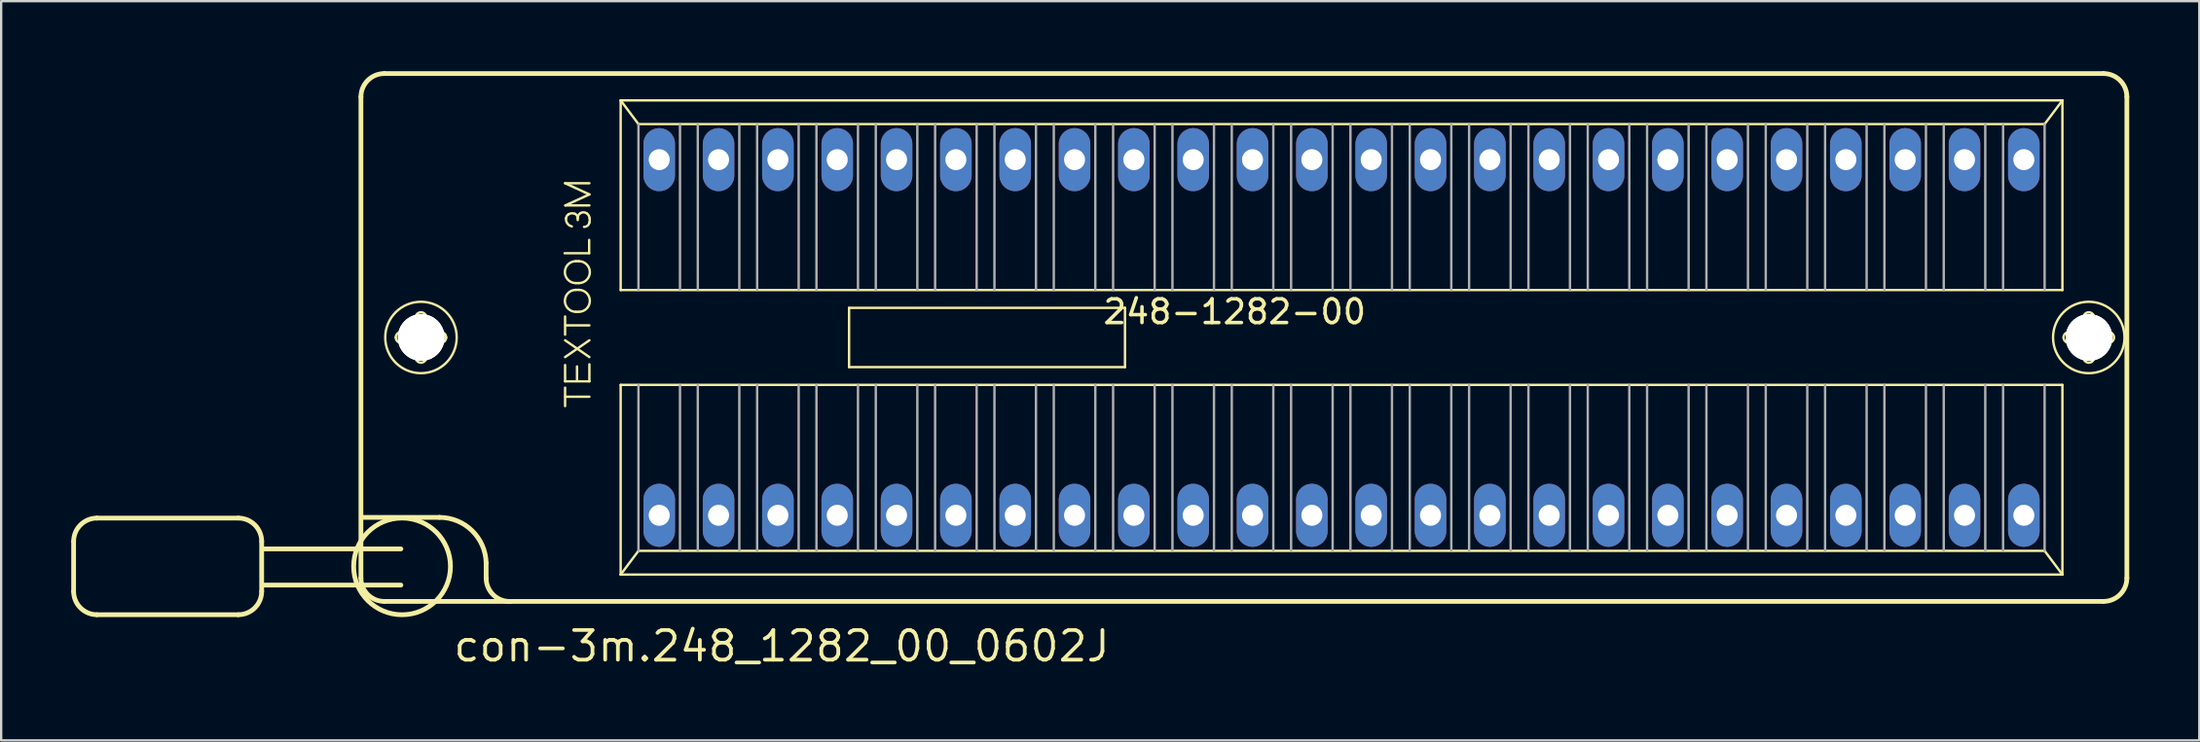
<source format=kicad_pcb>
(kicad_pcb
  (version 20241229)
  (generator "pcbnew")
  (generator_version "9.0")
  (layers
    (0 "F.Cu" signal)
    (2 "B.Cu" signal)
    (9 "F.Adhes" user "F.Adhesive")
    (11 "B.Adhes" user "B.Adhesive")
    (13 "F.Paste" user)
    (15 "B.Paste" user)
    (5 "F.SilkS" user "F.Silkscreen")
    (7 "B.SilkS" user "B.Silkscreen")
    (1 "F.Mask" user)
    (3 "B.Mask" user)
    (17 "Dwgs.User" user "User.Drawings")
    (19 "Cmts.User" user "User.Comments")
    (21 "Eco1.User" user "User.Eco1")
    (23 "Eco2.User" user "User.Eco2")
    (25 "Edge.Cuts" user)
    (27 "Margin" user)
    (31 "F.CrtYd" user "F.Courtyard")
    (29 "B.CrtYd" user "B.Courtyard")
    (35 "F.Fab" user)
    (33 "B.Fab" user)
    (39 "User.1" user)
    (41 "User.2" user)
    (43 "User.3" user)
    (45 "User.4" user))
  (footprint "con-3m.248_1282_00_0602J"
    (layer "F.Cu")
    (at 54.382 11.412)
    (property "Reference" "con-3m.248_1282_00_0602J" (at -38.1 13.97 0) (layer "F.SilkS") (effects (font (size 1.27 1.27) (thickness 0.16)) (justify left bottom)))
    (attr through_hole)
    (fp_line (start -54.28 8.74) (end -54.28 10.88) (stroke (width 0.203) (type default)) (layer "F.SilkS"))
    (fp_line (start -53.28 7.74) (end -47.23 7.74) (stroke (width 0.203) (type default)) (layer "F.SilkS"))
    (fp_line (start -47.23 11.88) (end -53.28 11.88) (stroke (width 0.203) (type default)) (layer "F.SilkS"))
    (fp_line (start -46.23 8.74) (end -46.23 10.88) (stroke (width 0.203) (type default)) (layer "F.SilkS"))
    (fp_line (start -41.98 10.31) (end -41.98 -10.31) (stroke (width 0.203) (type default)) (layer "F.SilkS"))
    (fp_line (start -41.87 7.71) (end -38.62 7.71) (stroke (width 0.203) (type default)) (layer "F.SilkS"))
    (fp_line (start -40.98 -11.31) (end 32.62 -11.31) (stroke (width 0.203) (type default)) (layer "F.SilkS"))
    (fp_line (start -40.27 9.06) (end -46.18 9.06) (stroke (width 0.203) (type default)) (layer "F.SilkS"))
    (fp_line (start -40.27 10.61) (end -46.18 10.61) (stroke (width 0.203) (type default)) (layer "F.SilkS"))
    (fp_line (start -40.26 -0.23) (end -39.71 -0.23) (stroke (width 0.102) (type default)) (layer "F.SilkS"))
    (fp_line (start -39.72 0.23) (end -40.26 0.23) (stroke (width 0.102) (type default)) (layer "F.SilkS"))
    (fp_line (start -39.64 -0.31) (end -39.64 -0.85) (stroke (width 0.102) (type default)) (layer "F.SilkS"))
    (fp_line (start -39.64 0.85) (end -39.64 0.3) (stroke (width 0.102) (type default)) (layer "F.SilkS"))
    (fp_line (start -39.18 -0.85) (end -39.18 -0.3) (stroke (width 0.102) (type default)) (layer "F.SilkS"))
    (fp_line (start -39.18 0.31) (end -39.18 0.85) (stroke (width 0.102) (type default)) (layer "F.SilkS"))
    (fp_line (start -39.1 -0.23) (end -38.56 -0.23) (stroke (width 0.102) (type default)) (layer "F.SilkS"))
    (fp_line (start -38.56 0.23) (end -39.11 0.23) (stroke (width 0.102) (type default)) (layer "F.SilkS"))
    (fp_line (start -36.62 9.66) (end -36.62 10.31) (stroke (width 0.203) (type default)) (layer "F.SilkS"))
    (fp_line (start -33.26 -3.61) (end -32.21 -3.61) (stroke (width 0.102) (type default)) (layer "F.SilkS"))
    (fp_line (start -33.24 -6.61) (end -32.2 -6.61) (stroke (width 0.102) (type default)) (layer "F.SilkS"))
    (fp_line (start -33.24 -0.12) (end -33.24 -0.9) (stroke (width 0.102) (type default)) (layer "F.SilkS"))
    (fp_line (start -33.24 0.12) (end -32.2 0.84) (stroke (width 0.102) (type default)) (layer "F.SilkS"))
    (fp_line (start -33.24 0.84) (end -32.2 0.12) (stroke (width 0.102) (type default)) (layer "F.SilkS"))
    (fp_line (start -33.24 1.18) (end -33.24 1.88) (stroke (width 0.102) (type default)) (layer "F.SilkS"))
    (fp_line (start -33.24 1.88) (end -32.2 1.88) (stroke (width 0.102) (type default)) (layer "F.SilkS"))
    (fp_line (start -33.24 2.94) (end -33.24 2.15) (stroke (width 0.102) (type default)) (layer "F.SilkS"))
    (fp_line (start -33.23 -5.66) (end -32.2 -6.13) (stroke (width 0.102) (type default)) (layer "F.SilkS"))
    (fp_line (start -33.23 2.54) (end -32.2 2.54) (stroke (width 0.102) (type default)) (layer "F.SilkS"))
    (fp_line (start -33.22 -0.52) (end -32.2 -0.52) (stroke (width 0.102) (type default)) (layer "F.SilkS"))
    (fp_line (start -32.78 -3.27) (end -32.65 -3.27) (stroke (width 0.102) (type default)) (layer "F.SilkS"))
    (fp_line (start -32.78 -2.33) (end -32.65 -2.33) (stroke (width 0.102) (type default)) (layer "F.SilkS"))
    (fp_line (start -32.78 -2.04) (end -32.65 -2.04) (stroke (width 0.102) (type default)) (layer "F.SilkS"))
    (fp_line (start -32.78 -1.1) (end -32.65 -1.1) (stroke (width 0.102) (type default)) (layer "F.SilkS"))
    (fp_line (start -32.73 1.24) (end -32.73 1.84) (stroke (width 0.102) (type default)) (layer "F.SilkS"))
    (fp_line (start -32.7 -5.03) (end -32.7 -5.12) (stroke (width 0.102) (type default)) (layer "F.SilkS"))
    (fp_line (start -32.21 -3.61) (end -32.21 -4.18) (stroke (width 0.102) (type default)) (layer "F.SilkS"))
    (fp_line (start -32.2 -6.13) (end -33.24 -6.61) (stroke (width 0.102) (type default)) (layer "F.SilkS"))
    (fp_line (start -32.2 -5.66) (end -33.23 -5.66) (stroke (width 0.102) (type default)) (layer "F.SilkS"))
    (fp_line (start -32.2 1.88) (end -32.2 1.15) (stroke (width 0.102) (type default)) (layer "F.SilkS"))
    (fp_line (start -30.861 -10.16) (end 30.861 -10.16) (stroke (width 0.102) (type default)) (layer "F.SilkS"))
    (fp_line (start -30.861 -2.032) (end -30.861 -10.16) (stroke (width 0.102) (type default)) (layer "F.SilkS"))
    (fp_line (start -30.861 2.032) (end 30.861 2.032) (stroke (width 0.102) (type default)) (layer "F.SilkS"))
    (fp_line (start -30.861 10.16) (end -30.861 2.032) (stroke (width 0.102) (type default)) (layer "F.SilkS"))
    (fp_line (start -30.861 10.16) (end -30.099 9.144) (stroke (width 0.102) (type default)) (layer "F.SilkS"))
    (fp_line (start -30.099 -9.144) (end -30.861 -10.16) (stroke (width 0.102) (type default)) (layer "F.SilkS"))
    (fp_line (start -30.099 9.144) (end 30.099 9.144) (stroke (width 0.102) (type default)) (layer "F.SilkS"))
    (fp_line (start -21.082 -1.27) (end -9.271 -1.27) (stroke (width 0.102) (type default)) (layer "F.SilkS"))
    (fp_line (start -21.082 1.27) (end -21.082 -1.27) (stroke (width 0.102) (type default)) (layer "F.SilkS"))
    (fp_line (start -9.271 -1.27) (end -9.271 1.27) (stroke (width 0.102) (type default)) (layer "F.SilkS"))
    (fp_line (start -9.271 1.27) (end -21.082 1.27) (stroke (width 0.102) (type default)) (layer "F.SilkS"))
    (fp_line (start 30.099 -9.144) (end -30.099 -9.144) (stroke (width 0.102) (type default)) (layer "F.SilkS"))
    (fp_line (start 30.099 9.144) (end 30.861 10.16) (stroke (width 0.102) (type default)) (layer "F.SilkS"))
    (fp_line (start 30.861 -10.16) (end 30.099 -9.144) (stroke (width 0.102) (type default)) (layer "F.SilkS"))
    (fp_line (start 30.861 -10.16) (end 30.861 -2.032) (stroke (width 0.102) (type default)) (layer "F.SilkS"))
    (fp_line (start 30.861 -2.032) (end -30.861 -2.032) (stroke (width 0.102) (type default)) (layer "F.SilkS"))
    (fp_line (start 30.861 2.032) (end 30.861 10.16) (stroke (width 0.102) (type default)) (layer "F.SilkS"))
    (fp_line (start 30.861 10.16) (end -30.861 10.16) (stroke (width 0.102) (type default)) (layer "F.SilkS"))
    (fp_line (start 31.14 -0.23) (end 31.69 -0.23) (stroke (width 0.102) (type default)) (layer "F.SilkS"))
    (fp_line (start 31.68 0.23) (end 31.14 0.23) (stroke (width 0.102) (type default)) (layer "F.SilkS"))
    (fp_line (start 31.76 -0.31) (end 31.76 -0.85) (stroke (width 0.102) (type default)) (layer "F.SilkS"))
    (fp_line (start 31.76 0.85) (end 31.76 0.3) (stroke (width 0.102) (type default)) (layer "F.SilkS"))
    (fp_line (start 32.22 -0.85) (end 32.22 -0.3) (stroke (width 0.102) (type default)) (layer "F.SilkS"))
    (fp_line (start 32.22 0.31) (end 32.22 0.85) (stroke (width 0.102) (type default)) (layer "F.SilkS"))
    (fp_line (start 32.3 -0.23) (end 32.84 -0.23) (stroke (width 0.102) (type default)) (layer "F.SilkS"))
    (fp_line (start 32.62 11.31) (end -40.98 11.31) (stroke (width 0.203) (type default)) (layer "F.SilkS"))
    (fp_line (start 32.84 0.23) (end 32.29 0.23) (stroke (width 0.102) (type default)) (layer "F.SilkS"))
    (fp_line (start 33.62 -10.31) (end 33.62 10.31) (stroke (width 0.203) (type default)) (layer "F.SilkS"))
    (fp_arc (start -54.28 8.74) (mid -53.987107 8.032893) (end -53.28 7.74) (stroke (width 0.2032) (type default)) (layer "F.SilkS"))
    (fp_arc (start -53.28 11.88) (mid -53.987107 11.587107) (end -54.28 10.88) (stroke (width 0.2032) (type default)) (layer "F.SilkS"))
    (fp_arc (start -47.23 7.74) (mid -46.522893 8.032893) (end -46.23 8.74) (stroke (width 0.2032) (type default)) (layer "F.SilkS"))
    (fp_arc (start -46.23 10.88) (mid -46.522893 11.587107) (end -47.23 11.88) (stroke (width 0.2032) (type default)) (layer "F.SilkS"))
    (fp_arc (start -41.98 -10.31) (mid -41.687107 -11.017107) (end -40.98 -11.31) (stroke (width 0.2032) (type default)) (layer "F.SilkS"))
    (fp_arc (start -40.98 11.31) (mid -41.687107 11.017107) (end -41.98 10.31) (stroke (width 0.2032) (type default)) (layer "F.SilkS"))
    (fp_arc (start -40.49 0) (mid -40.422635 -0.162635) (end -40.26 -0.23) (stroke (width 0.1016) (type default)) (layer "F.SilkS"))
    (fp_arc (start -40.26 0.23) (mid -40.422635 0.162635) (end -40.49 0) (stroke (width 0.1016) (type default)) (layer "F.SilkS"))
    (fp_arc (start -39.72 0.23) (mid -39.670503 0.250503) (end -39.65 0.3) (stroke (width 0.1016) (type default)) (layer "F.SilkS"))
    (fp_arc (start -39.64 -0.85) (mid -39.572635 -1.012635) (end -39.41 -1.08) (stroke (width 0.1016) (type default)) (layer "F.SilkS"))
    (fp_arc (start -39.64 -0.3) (mid -39.660503 -0.250503) (end -39.71 -0.23) (stroke (width 0.1016) (type default)) (layer "F.SilkS"))
    (fp_arc (start -39.41 -1.08) (mid -39.247365 -1.012635) (end -39.18 -0.85) (stroke (width 0.1016) (type default)) (layer "F.SilkS"))
    (fp_arc (start -39.41 1.08) (mid -39.572635 1.012635) (end -39.64 0.85) (stroke (width 0.1016) (type default)) (layer "F.SilkS"))
    (fp_arc (start -39.18 0.3) (mid -39.159497 0.250503) (end -39.11 0.23) (stroke (width 0.1016) (type default)) (layer "F.SilkS"))
    (fp_arc (start -39.18 0.85) (mid -39.247365 1.012635) (end -39.41 1.08) (stroke (width 0.1016) (type default)) (layer "F.SilkS"))
    (fp_arc (start -39.11 -0.23) (mid -39.159497 -0.250503) (end -39.18 -0.3) (stroke (width 0.1016) (type default)) (layer "F.SilkS"))
    (fp_arc (start -38.62 7.71) (mid -37.223341 8.27817) (end -36.62 9.66) (stroke (width 0.2032) (type default)) (layer "F.SilkS"))
    (fp_arc (start -38.56 -0.23) (mid -38.397365 -0.162635) (end -38.33 0) (stroke (width 0.1016) (type default)) (layer "F.SilkS"))
    (fp_arc (start -38.33 0) (mid -38.397365 0.162635) (end -38.56 0.23) (stroke (width 0.1016) (type default)) (layer "F.SilkS"))
    (fp_arc (start -35.57 11.31) (mid -36.309286 11.035) (end -36.62 10.31) (stroke (width 0.2032) (type default)) (layer "F.SilkS"))
    (fp_arc (start -33.2 -5.11) (mid -33.164621 -5.207696) (end -33.09 -5.28) (stroke (width 0.1016) (type default)) (layer "F.SilkS"))
    (fp_arc (start -33.09 -5.28) (mid -32.957382 -5.322157) (end -32.82 -5.3) (stroke (width 0.1016) (type default)) (layer "F.SilkS"))
    (fp_arc (start -32.95 -4.76) (mid -33.14297 -4.88645) (end -33.2 -5.11) (stroke (width 0.1016) (type default)) (layer "F.SilkS"))
    (fp_arc (start -32.82 -5.3) (mid -32.73275 -5.228167) (end -32.7 -5.12) (stroke (width 0.1016) (type default)) (layer "F.SilkS"))
    (fp_arc (start -32.78 -2.33) (mid -33.25 -2.8) (end -32.78 -3.27) (stroke (width 0.1016) (type default)) (layer "F.SilkS"))
    (fp_arc (start -32.78 -1.1) (mid -33.25 -1.57) (end -32.78 -2.04) (stroke (width 0.1016) (type default)) (layer "F.SilkS"))
    (fp_arc (start -32.7 -5.12) (mid -32.667891 -5.240938) (end -32.58 -5.33) (stroke (width 0.1016) (type default)) (layer "F.SilkS"))
    (fp_arc (start -32.65 -3.27) (mid -32.18 -2.8) (end -32.65 -2.33) (stroke (width 0.1016) (type default)) (layer "F.SilkS"))
    (fp_arc (start -32.65 -2.04) (mid -32.18 -1.57) (end -32.65 -1.1) (stroke (width 0.1016) (type default)) (layer "F.SilkS"))
    (fp_arc (start -32.58 -5.33) (mid -32.436886 -5.363595) (end -32.3 -5.31) (stroke (width 0.1016) (type default)) (layer "F.SilkS"))
    (fp_arc (start -32.3 -5.31) (mid -32.225084 -5.220954) (end -32.19 -5.11) (stroke (width 0.1016) (type default)) (layer "F.SilkS"))
    (fp_arc (start -32.2 -4.92) (mid -32.282524 -4.788503) (end -32.43 -4.74) (stroke (width 0.1016) (type default)) (layer "F.SilkS"))
    (fp_arc (start -32.19 -5.11) (mid -32.187277 -5.014594) (end -32.2 -4.92) (stroke (width 0.1016) (type default)) (layer "F.SilkS"))
    (fp_arc (start 30.91 0) (mid 30.977365 -0.162635) (end 31.14 -0.23) (stroke (width 0.1016) (type default)) (layer "F.SilkS"))
    (fp_arc (start 31.14 0.23) (mid 30.977365 0.162635) (end 30.91 0) (stroke (width 0.1016) (type default)) (layer "F.SilkS"))
    (fp_arc (start 31.68 0.23) (mid 31.729497 0.250503) (end 31.75 0.3) (stroke (width 0.1016) (type default)) (layer "F.SilkS"))
    (fp_arc (start 31.76 -0.85) (mid 31.827365 -1.012635) (end 31.99 -1.08) (stroke (width 0.1016) (type default)) (layer "F.SilkS"))
    (fp_arc (start 31.76 -0.3) (mid 31.739497 -0.250503) (end 31.69 -0.23) (stroke (width 0.1016) (type default)) (layer "F.SilkS"))
    (fp_arc (start 31.99 -1.08) (mid 32.152635 -1.012635) (end 32.22 -0.85) (stroke (width 0.1016) (type default)) (layer "F.SilkS"))
    (fp_arc (start 31.99 1.08) (mid 31.827365 1.012635) (end 31.76 0.85) (stroke (width 0.1016) (type default)) (layer "F.SilkS"))
    (fp_arc (start 32.22 0.3) (mid 32.240503 0.250503) (end 32.29 0.23) (stroke (width 0.1016) (type default)) (layer "F.SilkS"))
    (fp_arc (start 32.22 0.85) (mid 32.152635 1.012635) (end 31.99 1.08) (stroke (width 0.1016) (type default)) (layer "F.SilkS"))
    (fp_arc (start 32.29 -0.23) (mid 32.240503 -0.250503) (end 32.22 -0.3) (stroke (width 0.1016) (type default)) (layer "F.SilkS"))
    (fp_arc (start 32.62 -11.31) (mid 33.327107 -11.017107) (end 33.62 -10.31) (stroke (width 0.2032) (type default)) (layer "F.SilkS"))
    (fp_arc (start 32.84 -0.23) (mid 33.002635 -0.162635) (end 33.07 0) (stroke (width 0.1016) (type default)) (layer "F.SilkS"))
    (fp_arc (start 33.07 0) (mid 33.002635 0.162635) (end 32.84 0.23) (stroke (width 0.1016) (type default)) (layer "F.SilkS"))
    (fp_arc (start 33.62 10.31) (mid 33.327107 11.017107) (end 32.62 11.31) (stroke (width 0.2032) (type default)) (layer "F.SilkS"))
    (fp_circle (center -40.22 9.81) (end -38.148 9.81) (stroke (width 0.203) (type default)) (fill no) (layer "F.SilkS"))
    (fp_circle (center -39.41 0) (end -37.88 0) (stroke (width 0.102) (type default)) (fill no) (layer "F.SilkS"))
    (fp_circle (center 31.99 0) (end 33.52 0) (stroke (width 0.102) (type default)) (fill no) (layer "F.SilkS"))
    (fp_line (start -30.099 -9.144) (end -30.099 -2.032) (stroke (width 0.102) (type default)) (layer "F.Fab"))
    (fp_line (start -30.099 2.032) (end -30.099 9.144) (stroke (width 0.102) (type default)) (layer "F.Fab"))
    (fp_line (start -28.321 -2.032) (end -28.321 -9.144) (stroke (width 0.102) (type default)) (layer "F.Fab"))
    (fp_line (start -28.321 2.032) (end -28.321 9.144) (stroke (width 0.102) (type default)) (layer "F.Fab"))
    (fp_line (start -27.559 -2.032) (end -27.559 -9.144) (stroke (width 0.102) (type default)) (layer "F.Fab"))
    (fp_line (start -27.559 2.032) (end -27.559 9.144) (stroke (width 0.102) (type default)) (layer "F.Fab"))
    (fp_line (start -25.781 -2.032) (end -25.781 -9.144) (stroke (width 0.102) (type default)) (layer "F.Fab"))
    (fp_line (start -25.781 2.032) (end -25.781 9.144) (stroke (width 0.102) (type default)) (layer "F.Fab"))
    (fp_line (start -25.019 -2.032) (end -25.019 -9.144) (stroke (width 0.102) (type default)) (layer "F.Fab"))
    (fp_line (start -25.019 2.032) (end -25.019 9.144) (stroke (width 0.102) (type default)) (layer "F.Fab"))
    (fp_line (start -23.241 -2.032) (end -23.241 -9.144) (stroke (width 0.102) (type default)) (layer "F.Fab"))
    (fp_line (start -23.241 2.032) (end -23.241 9.144) (stroke (width 0.102) (type default)) (layer "F.Fab"))
    (fp_line (start -22.479 -2.032) (end -22.479 -9.144) (stroke (width 0.102) (type default)) (layer "F.Fab"))
    (fp_line (start -22.479 2.032) (end -22.479 9.144) (stroke (width 0.102) (type default)) (layer "F.Fab"))
    (fp_line (start -20.701 -2.032) (end -20.701 -9.144) (stroke (width 0.102) (type default)) (layer "F.Fab"))
    (fp_line (start -20.701 2.032) (end -20.701 9.144) (stroke (width 0.102) (type default)) (layer "F.Fab"))
    (fp_line (start -19.939 -2.032) (end -19.939 -9.144) (stroke (width 0.102) (type default)) (layer "F.Fab"))
    (fp_line (start -19.939 2.032) (end -19.939 9.144) (stroke (width 0.102) (type default)) (layer "F.Fab"))
    (fp_line (start -18.161 -2.032) (end -18.161 -9.144) (stroke (width 0.102) (type default)) (layer "F.Fab"))
    (fp_line (start -18.161 2.032) (end -18.161 9.144) (stroke (width 0.102) (type default)) (layer "F.Fab"))
    (fp_line (start -17.399 -2.032) (end -17.399 -9.144) (stroke (width 0.102) (type default)) (layer "F.Fab"))
    (fp_line (start -17.399 2.032) (end -17.399 9.144) (stroke (width 0.102) (type default)) (layer "F.Fab"))
    (fp_line (start -15.621 -2.032) (end -15.621 -9.144) (stroke (width 0.102) (type default)) (layer "F.Fab"))
    (fp_line (start -15.621 2.032) (end -15.621 9.144) (stroke (width 0.102) (type default)) (layer "F.Fab"))
    (fp_line (start -14.859 -2.032) (end -14.859 -9.144) (stroke (width 0.102) (type default)) (layer "F.Fab"))
    (fp_line (start -14.859 2.032) (end -14.859 9.144) (stroke (width 0.102) (type default)) (layer "F.Fab"))
    (fp_line (start -13.081 -2.032) (end -13.081 -9.144) (stroke (width 0.102) (type default)) (layer "F.Fab"))
    (fp_line (start -13.081 2.032) (end -13.081 9.144) (stroke (width 0.102) (type default)) (layer "F.Fab"))
    (fp_line (start -12.319 -2.032) (end -12.319 -9.144) (stroke (width 0.102) (type default)) (layer "F.Fab"))
    (fp_line (start -12.319 2.032) (end -12.319 9.144) (stroke (width 0.102) (type default)) (layer "F.Fab"))
    (fp_line (start -10.541 -2.032) (end -10.541 -9.144) (stroke (width 0.102) (type default)) (layer "F.Fab"))
    (fp_line (start -10.541 2.032) (end -10.541 9.144) (stroke (width 0.102) (type default)) (layer "F.Fab"))
    (fp_line (start -9.779 -2.032) (end -9.779 -9.144) (stroke (width 0.102) (type default)) (layer "F.Fab"))
    (fp_line (start -9.779 2.032) (end -9.779 9.144) (stroke (width 0.102) (type default)) (layer "F.Fab"))
    (fp_line (start -8.001 -2.032) (end -8.001 -9.144) (stroke (width 0.102) (type default)) (layer "F.Fab"))
    (fp_line (start -8.001 2.032) (end -8.001 9.144) (stroke (width 0.102) (type default)) (layer "F.Fab"))
    (fp_line (start -7.239 -2.032) (end -7.239 -9.144) (stroke (width 0.102) (type default)) (layer "F.Fab"))
    (fp_line (start -7.239 2.032) (end -7.239 9.144) (stroke (width 0.102) (type default)) (layer "F.Fab"))
    (fp_line (start -5.461 -2.032) (end -5.461 -9.144) (stroke (width 0.102) (type default)) (layer "F.Fab"))
    (fp_line (start -5.461 2.032) (end -5.461 9.144) (stroke (width 0.102) (type default)) (layer "F.Fab"))
    (fp_line (start -4.699 -2.032) (end -4.699 -9.144) (stroke (width 0.102) (type default)) (layer "F.Fab"))
    (fp_line (start -4.699 2.032) (end -4.699 9.144) (stroke (width 0.102) (type default)) (layer "F.Fab"))
    (fp_line (start -2.921 -2.032) (end -2.921 -9.144) (stroke (width 0.102) (type default)) (layer "F.Fab"))
    (fp_line (start -2.921 2.032) (end -2.921 9.144) (stroke (width 0.102) (type default)) (layer "F.Fab"))
    (fp_line (start -2.159 -2.032) (end -2.159 -9.144) (stroke (width 0.102) (type default)) (layer "F.Fab"))
    (fp_line (start -2.159 2.032) (end -2.159 9.144) (stroke (width 0.102) (type default)) (layer "F.Fab"))
    (fp_line (start -0.381 -2.032) (end -0.381 -9.144) (stroke (width 0.102) (type default)) (layer "F.Fab"))
    (fp_line (start -0.381 2.032) (end -0.381 9.144) (stroke (width 0.102) (type default)) (layer "F.Fab"))
    (fp_line (start 0.381 -2.032) (end 0.381 -9.144) (stroke (width 0.102) (type default)) (layer "F.Fab"))
    (fp_line (start 0.381 2.032) (end 0.381 9.144) (stroke (width 0.102) (type default)) (layer "F.Fab"))
    (fp_line (start 2.159 -2.032) (end 2.159 -9.144) (stroke (width 0.102) (type default)) (layer "F.Fab"))
    (fp_line (start 2.159 2.032) (end 2.159 9.144) (stroke (width 0.102) (type default)) (layer "F.Fab"))
    (fp_line (start 2.921 -2.032) (end 2.921 -9.144) (stroke (width 0.102) (type default)) (layer "F.Fab"))
    (fp_line (start 2.921 2.032) (end 2.921 9.144) (stroke (width 0.102) (type default)) (layer "F.Fab"))
    (fp_line (start 4.699 -2.032) (end 4.699 -9.144) (stroke (width 0.102) (type default)) (layer "F.Fab"))
    (fp_line (start 4.699 2.032) (end 4.699 9.144) (stroke (width 0.102) (type default)) (layer "F.Fab"))
    (fp_line (start 5.461 -2.032) (end 5.461 -9.144) (stroke (width 0.102) (type default)) (layer "F.Fab"))
    (fp_line (start 5.461 2.032) (end 5.461 9.144) (stroke (width 0.102) (type default)) (layer "F.Fab"))
    (fp_line (start 7.239 -2.032) (end 7.239 -9.144) (stroke (width 0.102) (type default)) (layer "F.Fab"))
    (fp_line (start 7.239 2.032) (end 7.239 9.144) (stroke (width 0.102) (type default)) (layer "F.Fab"))
    (fp_line (start 8.001 -2.032) (end 8.001 -9.144) (stroke (width 0.102) (type default)) (layer "F.Fab"))
    (fp_line (start 8.001 2.032) (end 8.001 9.144) (stroke (width 0.102) (type default)) (layer "F.Fab"))
    (fp_line (start 9.779 -2.032) (end 9.779 -9.144) (stroke (width 0.102) (type default)) (layer "F.Fab"))
    (fp_line (start 9.779 2.032) (end 9.779 9.144) (stroke (width 0.102) (type default)) (layer "F.Fab"))
    (fp_line (start 10.541 -2.032) (end 10.541 -9.144) (stroke (width 0.102) (type default)) (layer "F.Fab"))
    (fp_line (start 10.541 2.032) (end 10.541 9.144) (stroke (width 0.102) (type default)) (layer "F.Fab"))
    (fp_line (start 12.319 -2.032) (end 12.319 -9.144) (stroke (width 0.102) (type default)) (layer "F.Fab"))
    (fp_line (start 12.319 2.032) (end 12.319 9.144) (stroke (width 0.102) (type default)) (layer "F.Fab"))
    (fp_line (start 13.081 -2.032) (end 13.081 -9.144) (stroke (width 0.102) (type default)) (layer "F.Fab"))
    (fp_line (start 13.081 2.032) (end 13.081 9.144) (stroke (width 0.102) (type default)) (layer "F.Fab"))
    (fp_line (start 14.859 -2.032) (end 14.859 -9.144) (stroke (width 0.102) (type default)) (layer "F.Fab"))
    (fp_line (start 14.859 2.032) (end 14.859 9.144) (stroke (width 0.102) (type default)) (layer "F.Fab"))
    (fp_line (start 15.621 -2.032) (end 15.621 -9.144) (stroke (width 0.102) (type default)) (layer "F.Fab"))
    (fp_line (start 15.621 2.032) (end 15.621 9.144) (stroke (width 0.102) (type default)) (layer "F.Fab"))
    (fp_line (start 17.399 -2.032) (end 17.399 -9.144) (stroke (width 0.102) (type default)) (layer "F.Fab"))
    (fp_line (start 17.399 2.032) (end 17.399 9.144) (stroke (width 0.102) (type default)) (layer "F.Fab"))
    (fp_line (start 18.161 -2.032) (end 18.161 -9.144) (stroke (width 0.102) (type default)) (layer "F.Fab"))
    (fp_line (start 18.161 2.032) (end 18.161 9.144) (stroke (width 0.102) (type default)) (layer "F.Fab"))
    (fp_line (start 19.939 -2.032) (end 19.939 -9.144) (stroke (width 0.102) (type default)) (layer "F.Fab"))
    (fp_line (start 19.939 2.032) (end 19.939 9.144) (stroke (width 0.102) (type default)) (layer "F.Fab"))
    (fp_line (start 20.701 -2.032) (end 20.701 -9.144) (stroke (width 0.102) (type default)) (layer "F.Fab"))
    (fp_line (start 20.701 2.032) (end 20.701 9.144) (stroke (width 0.102) (type default)) (layer "F.Fab"))
    (fp_line (start 22.479 -2.032) (end 22.479 -9.144) (stroke (width 0.102) (type default)) (layer "F.Fab"))
    (fp_line (start 22.479 2.032) (end 22.479 9.144) (stroke (width 0.102) (type default)) (layer "F.Fab"))
    (fp_line (start 23.241 -2.032) (end 23.241 -9.144) (stroke (width 0.102) (type default)) (layer "F.Fab"))
    (fp_line (start 23.241 2.032) (end 23.241 9.144) (stroke (width 0.102) (type default)) (layer "F.Fab"))
    (fp_line (start 25.019 -2.032) (end 25.019 -9.144) (stroke (width 0.102) (type default)) (layer "F.Fab"))
    (fp_line (start 25.019 2.032) (end 25.019 9.144) (stroke (width 0.102) (type default)) (layer "F.Fab"))
    (fp_line (start 25.781 -2.032) (end 25.781 -9.144) (stroke (width 0.102) (type default)) (layer "F.Fab"))
    (fp_line (start 25.781 2.032) (end 25.781 9.144) (stroke (width 0.102) (type default)) (layer "F.Fab"))
    (fp_line (start 27.559 -2.032) (end 27.559 -9.144) (stroke (width 0.102) (type default)) (layer "F.Fab"))
    (fp_line (start 27.559 2.032) (end 27.559 9.144) (stroke (width 0.102) (type default)) (layer "F.Fab"))
    (fp_line (start 28.321 -2.032) (end 28.321 -9.144) (stroke (width 0.102) (type default)) (layer "F.Fab"))
    (fp_line (start 28.321 2.032) (end 28.321 9.144) (stroke (width 0.102) (type default)) (layer "F.Fab"))
    (fp_line (start 30.099 -2.032) (end 30.099 -9.144) (stroke (width 0.102) (type default)) (layer "F.Fab"))
    (fp_line (start 30.099 9.144) (end 30.099 2.032) (stroke (width 0.102) (type default)) (layer "F.Fab"))
    (fp_text user "248-1282-00" (at -10.287 -0.508 180) (layer "F.SilkS") (effects (font (size 1.016 1.016) (thickness 0.15)) (justify left bottom)))
    (pad "" np_thru_hole circle (at -39.4 0) (size 2 2) (drill 2) (layers "*.Cu" "*.Mask"))
    (pad "" np_thru_hole circle (at -39.4 0) (size 2 2) (drill 2) (layers "*.Cu" "*.Mask"))
    (pad "" np_thru_hole circle (at 32 0) (size 2 2) (drill 2) (layers "*.Cu" "*.Mask"))
    (pad "" np_thru_hole circle (at 32 0) (size 2 2) (drill 2) (layers "*.Cu" "*.Mask"))
    (pad "1" thru_hole oval (at -29.21 7.62 90) (size 2.7 1.35) (drill 0.9) (layers "*.Cu" "*.Mask"))
    (pad "2" thru_hole oval (at -26.67 7.62 90) (size 2.7 1.35) (drill 0.9) (layers "*.Cu" "*.Mask"))
    (pad "3" thru_hole oval (at -24.13 7.62 90) (size 2.7 1.35) (drill 0.9) (layers "*.Cu" "*.Mask"))
    (pad "4" thru_hole oval (at -21.59 7.62 90) (size 2.7 1.35) (drill 0.9) (layers "*.Cu" "*.Mask"))
    (pad "5" thru_hole oval (at -19.05 7.62 90) (size 2.7 1.35) (drill 0.9) (layers "*.Cu" "*.Mask"))
    (pad "6" thru_hole oval (at -16.51 7.62 90) (size 2.7 1.35) (drill 0.9) (layers "*.Cu" "*.Mask"))
    (pad "7" thru_hole oval (at -13.97 7.62 90) (size 2.7 1.35) (drill 0.9) (layers "*.Cu" "*.Mask"))
    (pad "8" thru_hole oval (at -11.43 7.62 90) (size 2.7 1.35) (drill 0.9) (layers "*.Cu" "*.Mask"))
    (pad "9" thru_hole oval (at -8.89 7.62 90) (size 2.7 1.35) (drill 0.9) (layers "*.Cu" "*.Mask"))
    (pad "10" thru_hole oval (at -6.35 7.62 90) (size 2.7 1.35) (drill 0.9) (layers "*.Cu" "*.Mask"))
    (pad "11" thru_hole oval (at -3.81 7.62 90) (size 2.7 1.35) (drill 0.9) (layers "*.Cu" "*.Mask"))
    (pad "12" thru_hole oval (at -1.27 7.62 90) (size 2.7 1.35) (drill 0.9) (layers "*.Cu" "*.Mask"))
    (pad "13" thru_hole oval (at 1.27 7.62 90) (size 2.7 1.35) (drill 0.9) (layers "*.Cu" "*.Mask"))
    (pad "14" thru_hole oval (at 3.81 7.62 90) (size 2.7 1.35) (drill 0.9) (layers "*.Cu" "*.Mask"))
    (pad "15" thru_hole oval (at 6.35 7.62 90) (size 2.7 1.35) (drill 0.9) (layers "*.Cu" "*.Mask"))
    (pad "16" thru_hole oval (at 8.89 7.62 90) (size 2.7 1.35) (drill 0.9) (layers "*.Cu" "*.Mask"))
    (pad "17" thru_hole oval (at 11.43 7.62 90) (size 2.7 1.35) (drill 0.9) (layers "*.Cu" "*.Mask"))
    (pad "18" thru_hole oval (at 13.97 7.62 90) (size 2.7 1.35) (drill 0.9) (layers "*.Cu" "*.Mask"))
    (pad "19" thru_hole oval (at 16.51 7.62 90) (size 2.7 1.35) (drill 0.9) (layers "*.Cu" "*.Mask"))
    (pad "20" thru_hole oval (at 19.05 7.62 90) (size 2.7 1.35) (drill 0.9) (layers "*.Cu" "*.Mask"))
    (pad "21" thru_hole oval (at 21.59 7.62 90) (size 2.7 1.35) (drill 0.9) (layers "*.Cu" "*.Mask"))
    (pad "22" thru_hole oval (at 24.13 7.62 90) (size 2.7 1.35) (drill 0.9) (layers "*.Cu" "*.Mask"))
    (pad "23" thru_hole oval (at 26.67 7.62 90) (size 2.7 1.35) (drill 0.9) (layers "*.Cu" "*.Mask"))
    (pad "24" thru_hole oval (at 29.21 7.62 90) (size 2.7 1.35) (drill 0.9) (layers "*.Cu" "*.Mask"))
    (pad "25" thru_hole oval (at 29.21 -7.62 90) (size 2.7 1.35) (drill 0.9) (layers "*.Cu" "*.Mask"))
    (pad "26" thru_hole oval (at 26.67 -7.62 90) (size 2.7 1.35) (drill 0.9) (layers "*.Cu" "*.Mask"))
    (pad "27" thru_hole oval (at 24.13 -7.62 90) (size 2.7 1.35) (drill 0.9) (layers "*.Cu" "*.Mask"))
    (pad "28" thru_hole oval (at 21.59 -7.62 90) (size 2.7 1.35) (drill 0.9) (layers "*.Cu" "*.Mask"))
    (pad "29" thru_hole oval (at 19.05 -7.62 90) (size 2.7 1.35) (drill 0.9) (layers "*.Cu" "*.Mask"))
    (pad "30" thru_hole oval (at 16.51 -7.62 90) (size 2.7 1.35) (drill 0.9) (layers "*.Cu" "*.Mask"))
    (pad "31" thru_hole oval (at 13.97 -7.62 90) (size 2.7 1.35) (drill 0.9) (layers "*.Cu" "*.Mask"))
    (pad "32" thru_hole oval (at 11.43 -7.62 90) (size 2.7 1.35) (drill 0.9) (layers "*.Cu" "*.Mask"))
    (pad "33" thru_hole oval (at 8.89 -7.62 90) (size 2.7 1.35) (drill 0.9) (layers "*.Cu" "*.Mask"))
    (pad "34" thru_hole oval (at 6.35 -7.62 90) (size 2.7 1.35) (drill 0.9) (layers "*.Cu" "*.Mask"))
    (pad "35" thru_hole oval (at 3.81 -7.62 90) (size 2.7 1.35) (drill 0.9) (layers "*.Cu" "*.Mask"))
    (pad "36" thru_hole oval (at 1.27 -7.62 90) (size 2.7 1.35) (drill 0.9) (layers "*.Cu" "*.Mask"))
    (pad "37" thru_hole oval (at -1.27 -7.62 90) (size 2.7 1.35) (drill 0.9) (layers "*.Cu" "*.Mask"))
    (pad "38" thru_hole oval (at -3.81 -7.62 90) (size 2.7 1.35) (drill 0.9) (layers "*.Cu" "*.Mask"))
    (pad "39" thru_hole oval (at -6.35 -7.62 90) (size 2.7 1.35) (drill 0.9) (layers "*.Cu" "*.Mask"))
    (pad "40" thru_hole oval (at -8.89 -7.62 90) (size 2.7 1.35) (drill 0.9) (layers "*.Cu" "*.Mask"))
    (pad "41" thru_hole oval (at -11.43 -7.62 90) (size 2.7 1.35) (drill 0.9) (layers "*.Cu" "*.Mask"))
    (pad "42" thru_hole oval (at -13.97 -7.62 90) (size 2.7 1.35) (drill 0.9) (layers "*.Cu" "*.Mask"))
    (pad "43" thru_hole oval (at -16.51 -7.62 90) (size 2.7 1.35) (drill 0.9) (layers "*.Cu" "*.Mask"))
    (pad "44" thru_hole oval (at -19.05 -7.62 90) (size 2.7 1.35) (drill 0.9) (layers "*.Cu" "*.Mask"))
    (pad "45" thru_hole oval (at -21.59 -7.62 90) (size 2.7 1.35) (drill 0.9) (layers "*.Cu" "*.Mask"))
    (pad "46" thru_hole oval (at -24.13 -7.62 90) (size 2.7 1.35) (drill 0.9) (layers "*.Cu" "*.Mask"))
    (pad "47" thru_hole oval (at -26.67 -7.62 90) (size 2.7 1.35) (drill 0.9) (layers "*.Cu" "*.Mask"))
    (pad "48" thru_hole oval (at -29.21 -7.62 90) (size 2.7 1.35) (drill 0.9) (layers "*.Cu" "*.Mask")))
  (gr_rect
    (start -3 -3)
    (end 91.103 28.679)
    (stroke (width 0.1) (type default))
    (fill no)
    (layer "Edge.Cuts")))
</source>
